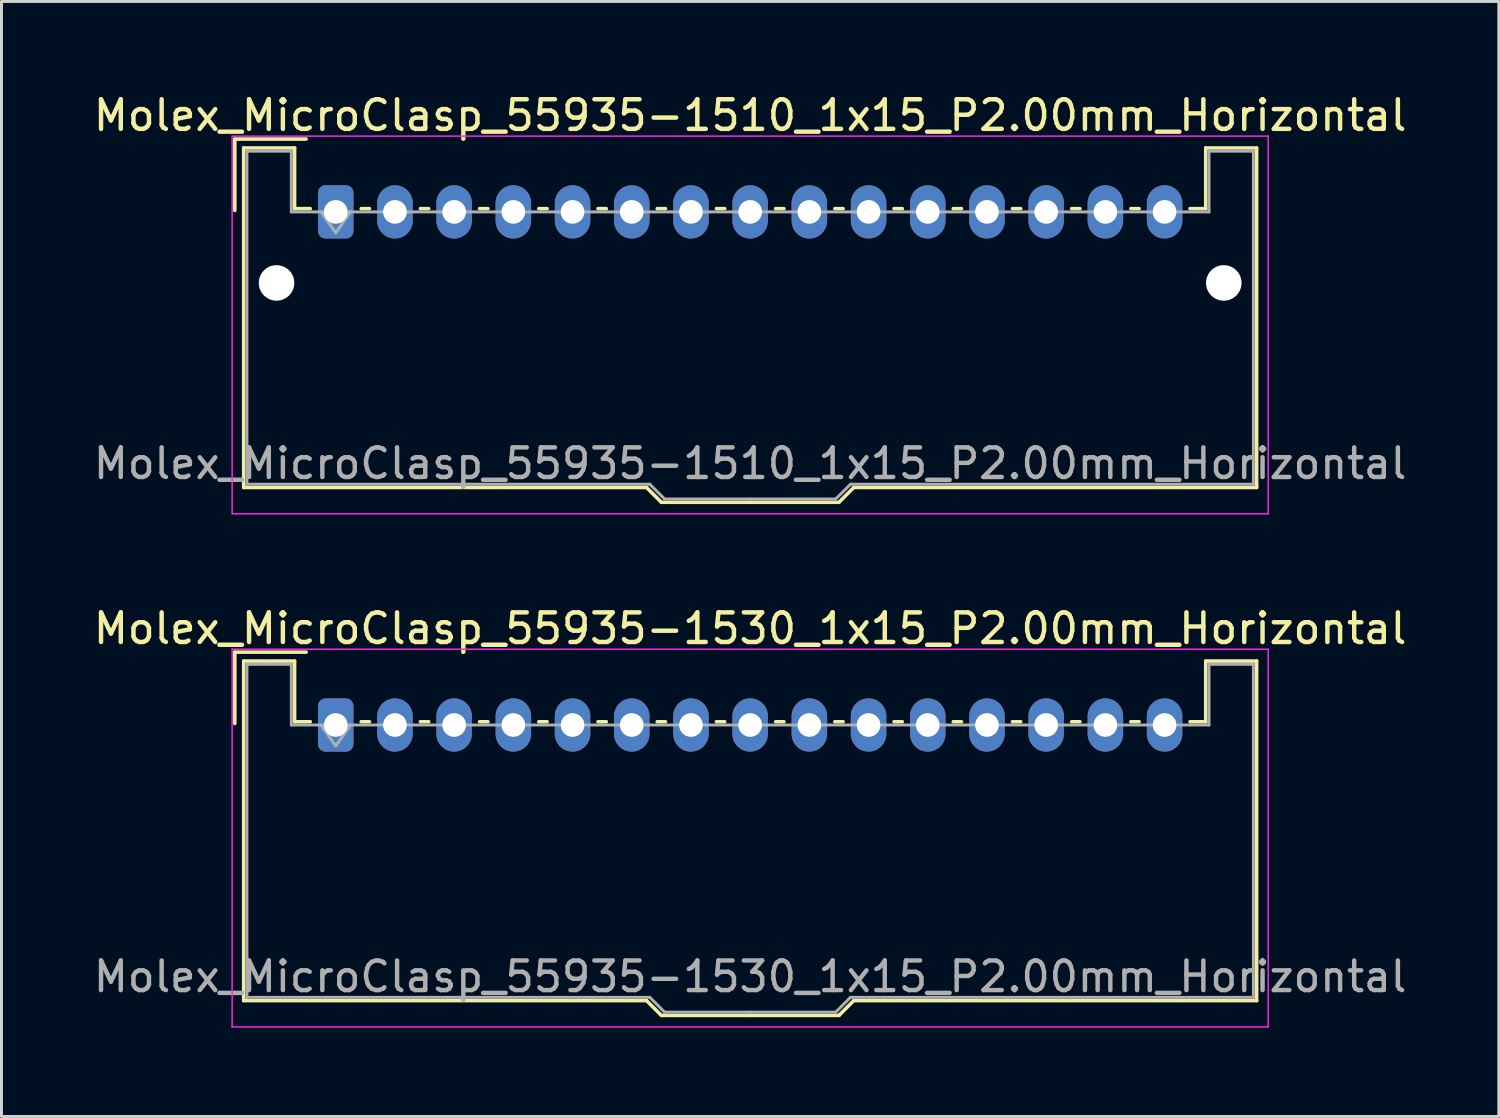
<source format=kicad_pcb>
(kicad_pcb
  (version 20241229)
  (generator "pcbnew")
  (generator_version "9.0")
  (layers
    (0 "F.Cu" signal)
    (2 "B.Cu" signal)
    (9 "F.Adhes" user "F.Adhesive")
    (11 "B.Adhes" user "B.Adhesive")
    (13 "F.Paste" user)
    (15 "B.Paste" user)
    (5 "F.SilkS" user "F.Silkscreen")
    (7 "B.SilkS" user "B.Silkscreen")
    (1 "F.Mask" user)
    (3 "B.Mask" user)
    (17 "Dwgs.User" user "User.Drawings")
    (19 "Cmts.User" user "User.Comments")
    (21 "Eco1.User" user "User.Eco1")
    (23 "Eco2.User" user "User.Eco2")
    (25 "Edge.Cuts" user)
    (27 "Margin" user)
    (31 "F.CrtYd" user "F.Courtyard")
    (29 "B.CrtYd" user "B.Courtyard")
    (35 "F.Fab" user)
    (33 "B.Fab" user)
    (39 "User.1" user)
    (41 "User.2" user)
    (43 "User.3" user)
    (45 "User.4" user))
  (footprint "Molex_MicroClasp_55935-1530_1x15_P2.00mm_Horizontal"
    (layer "F.Cu")
    (at 8.292 21.442)
    (property "Reference" "Molex_MicroClasp_55935-1530_1x15_P2.00mm_Horizontal" (at 14 -3.26 0) (layer "F.SilkS") (effects (font (size 1 1) (thickness 0.15))))
    (attr through_hole)
    (fp_line (start -3.41 -2.46) (end -1 -2.46) (stroke (width 0.12) (type solid)) (layer "F.SilkS"))
    (fp_line (start -3.41 -0.05) (end -3.41 -2.46) (stroke (width 0.12) (type solid)) (layer "F.SilkS"))
    (fp_line (start -3.11 -2.16) (end -1.39 -2.16) (stroke (width 0.12) (type solid)) (layer "F.SilkS"))
    (fp_line (start -3.11 9.31) (end -3.11 -2.16) (stroke (width 0.12) (type solid)) (layer "F.SilkS"))
    (fp_line (start -1.39 -2.16) (end -1.39 -0.11) (stroke (width 0.12) (type solid)) (layer "F.SilkS"))
    (fp_line (start -1.39 -0.11) (end -0.86 -0.11) (stroke (width 0.12) (type solid)) (layer "F.SilkS"))
    (fp_line (start 0.86 -0.11) (end 1.14 -0.11) (stroke (width 0.12) (type solid)) (layer "F.SilkS"))
    (fp_line (start 2.86 -0.11) (end 3.14 -0.11) (stroke (width 0.12) (type solid)) (layer "F.SilkS"))
    (fp_line (start 4.86 -0.11) (end 5.14 -0.11) (stroke (width 0.12) (type solid)) (layer "F.SilkS"))
    (fp_line (start 6.86 -0.11) (end 7.14 -0.11) (stroke (width 0.12) (type solid)) (layer "F.SilkS"))
    (fp_line (start 8.86 -0.11) (end 9.14 -0.11) (stroke (width 0.12) (type solid)) (layer "F.SilkS"))
    (fp_line (start 10.5 9.31) (end -3.11 9.31) (stroke (width 0.12) (type solid)) (layer "F.SilkS"))
    (fp_line (start 10.86 -0.11) (end 11.14 -0.11) (stroke (width 0.12) (type solid)) (layer "F.SilkS"))
    (fp_line (start 11 9.81) (end 10.5 9.31) (stroke (width 0.12) (type solid)) (layer "F.SilkS"))
    (fp_line (start 12.86 -0.11) (end 13.14 -0.11) (stroke (width 0.12) (type solid)) (layer "F.SilkS"))
    (fp_line (start 14 9.81) (end 11 9.81) (stroke (width 0.12) (type solid)) (layer "F.SilkS"))
    (fp_line (start 14 9.81) (end 17 9.81) (stroke (width 0.12) (type solid)) (layer "F.SilkS"))
    (fp_line (start 14.86 -0.11) (end 15.14 -0.11) (stroke (width 0.12) (type solid)) (layer "F.SilkS"))
    (fp_line (start 16.86 -0.11) (end 17.14 -0.11) (stroke (width 0.12) (type solid)) (layer "F.SilkS"))
    (fp_line (start 17 9.81) (end 17.5 9.31) (stroke (width 0.12) (type solid)) (layer "F.SilkS"))
    (fp_line (start 17.5 9.31) (end 31.11 9.31) (stroke (width 0.12) (type solid)) (layer "F.SilkS"))
    (fp_line (start 18.86 -0.11) (end 19.14 -0.11) (stroke (width 0.12) (type solid)) (layer "F.SilkS"))
    (fp_line (start 20.86 -0.11) (end 21.14 -0.11) (stroke (width 0.12) (type solid)) (layer "F.SilkS"))
    (fp_line (start 22.86 -0.11) (end 23.14 -0.11) (stroke (width 0.12) (type solid)) (layer "F.SilkS"))
    (fp_line (start 24.86 -0.11) (end 25.14 -0.11) (stroke (width 0.12) (type solid)) (layer "F.SilkS"))
    (fp_line (start 26.86 -0.11) (end 27.14 -0.11) (stroke (width 0.12) (type solid)) (layer "F.SilkS"))
    (fp_line (start 29.39 -2.16) (end 29.39 -0.11) (stroke (width 0.12) (type solid)) (layer "F.SilkS"))
    (fp_line (start 29.39 -0.11) (end 28.86 -0.11) (stroke (width 0.12) (type solid)) (layer "F.SilkS"))
    (fp_line (start 31.11 -2.16) (end 29.39 -2.16) (stroke (width 0.12) (type solid)) (layer "F.SilkS"))
    (fp_line (start 31.11 9.31) (end 31.11 -2.16) (stroke (width 0.12) (type solid)) (layer "F.SilkS"))
    (fp_line (start -3.5 -2.56) (end -3.5 10.2) (stroke (width 0.05) (type solid)) (layer "F.CrtYd"))
    (fp_line (start -3.5 10.2) (end 31.5 10.2) (stroke (width 0.05) (type solid)) (layer "F.CrtYd"))
    (fp_line (start 31.5 -2.56) (end -3.5 -2.56) (stroke (width 0.05) (type solid)) (layer "F.CrtYd"))
    (fp_line (start 31.5 10.2) (end 31.5 -2.56) (stroke (width 0.05) (type solid)) (layer "F.CrtYd"))
    (fp_line (start -3 -2.05) (end -1.5 -2.05) (stroke (width 0.1) (type solid)) (layer "F.Fab"))
    (fp_line (start -3 9.2) (end -3 -2.05) (stroke (width 0.1) (type solid)) (layer "F.Fab"))
    (fp_line (start -1.5 -2.05) (end -1.5 0) (stroke (width 0.1) (type solid)) (layer "F.Fab"))
    (fp_line (start -1.5 0) (end 14 0) (stroke (width 0.1) (type solid)) (layer "F.Fab"))
    (fp_line (start -0.5 0) (end 0 0.707) (stroke (width 0.1) (type solid)) (layer "F.Fab"))
    (fp_line (start 0 0.707) (end 0.5 0) (stroke (width 0.1) (type solid)) (layer "F.Fab"))
    (fp_line (start 10.61 9.2) (end -3 9.2) (stroke (width 0.1) (type solid)) (layer "F.Fab"))
    (fp_line (start 11.11 9.7) (end 10.61 9.2) (stroke (width 0.1) (type solid)) (layer "F.Fab"))
    (fp_line (start 14 9.7) (end 11.11 9.7) (stroke (width 0.1) (type solid)) (layer "F.Fab"))
    (fp_line (start 14 9.7) (end 16.89 9.7) (stroke (width 0.1) (type solid)) (layer "F.Fab"))
    (fp_line (start 16.89 9.7) (end 17.39 9.2) (stroke (width 0.1) (type solid)) (layer "F.Fab"))
    (fp_line (start 17.39 9.2) (end 31 9.2) (stroke (width 0.1) (type solid)) (layer "F.Fab"))
    (fp_line (start 29.5 -2.05) (end 29.5 0) (stroke (width 0.1) (type solid)) (layer "F.Fab"))
    (fp_line (start 29.5 0) (end 14 0) (stroke (width 0.1) (type solid)) (layer "F.Fab"))
    (fp_line (start 31 -2.05) (end 29.5 -2.05) (stroke (width 0.1) (type solid)) (layer "F.Fab"))
    (fp_line (start 31 9.2) (end 31 -2.05) (stroke (width 0.1) (type solid)) (layer "F.Fab"))
    (fp_text user "${REFERENCE}" (at 14 8.5 0) (layer "F.Fab") (effects (font (size 1 1) (thickness 0.15))))
    (pad "1" thru_hole roundrect (at 0 0) (size 1.2 1.8) (drill 0.8) (layers "*.Cu" "*.Mask") (roundrect_rratio 0.208))
    (pad "2" thru_hole oval (at 2 0) (size 1.2 1.8) (drill 0.8) (layers "*.Cu" "*.Mask"))
    (pad "3" thru_hole oval (at 4 0) (size 1.2 1.8) (drill 0.8) (layers "*.Cu" "*.Mask"))
    (pad "4" thru_hole oval (at 6 0) (size 1.2 1.8) (drill 0.8) (layers "*.Cu" "*.Mask"))
    (pad "5" thru_hole oval (at 8 0) (size 1.2 1.8) (drill 0.8) (layers "*.Cu" "*.Mask"))
    (pad "6" thru_hole oval (at 10 0) (size 1.2 1.8) (drill 0.8) (layers "*.Cu" "*.Mask"))
    (pad "7" thru_hole oval (at 12 0) (size 1.2 1.8) (drill 0.8) (layers "*.Cu" "*.Mask"))
    (pad "8" thru_hole oval (at 14 0) (size 1.2 1.8) (drill 0.8) (layers "*.Cu" "*.Mask"))
    (pad "9" thru_hole oval (at 16 0) (size 1.2 1.8) (drill 0.8) (layers "*.Cu" "*.Mask"))
    (pad "10" thru_hole oval (at 18 0) (size 1.2 1.8) (drill 0.8) (layers "*.Cu" "*.Mask"))
    (pad "11" thru_hole oval (at 20 0) (size 1.2 1.8) (drill 0.8) (layers "*.Cu" "*.Mask"))
    (pad "12" thru_hole oval (at 22 0) (size 1.2 1.8) (drill 0.8) (layers "*.Cu" "*.Mask"))
    (pad "13" thru_hole oval (at 24 0) (size 1.2 1.8) (drill 0.8) (layers "*.Cu" "*.Mask"))
    (pad "14" thru_hole oval (at 26 0) (size 1.2 1.8) (drill 0.8) (layers "*.Cu" "*.Mask"))
    (pad "15" thru_hole oval (at 28 0) (size 1.2 1.8) (drill 0.8) (layers "*.Cu" "*.Mask")))
  (footprint "Molex_MicroClasp_55935-1510_1x15_P2.00mm_Horizontal"
    (layer "F.Cu")
    (at 8.292 4.108)
    (property "Reference" "Molex_MicroClasp_55935-1510_1x15_P2.00mm_Horizontal" (at 14 -3.26 0) (layer "F.SilkS") (effects (font (size 1 1) (thickness 0.15))))
    (attr through_hole)
    (fp_line (start -3.41 -2.46) (end -1 -2.46) (stroke (width 0.12) (type solid)) (layer "F.SilkS"))
    (fp_line (start -3.41 -0.05) (end -3.41 -2.46) (stroke (width 0.12) (type solid)) (layer "F.SilkS"))
    (fp_line (start -3.11 -2.16) (end -1.39 -2.16) (stroke (width 0.12) (type solid)) (layer "F.SilkS"))
    (fp_line (start -3.11 9.31) (end -3.11 -2.16) (stroke (width 0.12) (type solid)) (layer "F.SilkS"))
    (fp_line (start -1.39 -2.16) (end -1.39 -0.11) (stroke (width 0.12) (type solid)) (layer "F.SilkS"))
    (fp_line (start -1.39 -0.11) (end -0.86 -0.11) (stroke (width 0.12) (type solid)) (layer "F.SilkS"))
    (fp_line (start 0.86 -0.11) (end 1.14 -0.11) (stroke (width 0.12) (type solid)) (layer "F.SilkS"))
    (fp_line (start 2.86 -0.11) (end 3.14 -0.11) (stroke (width 0.12) (type solid)) (layer "F.SilkS"))
    (fp_line (start 4.86 -0.11) (end 5.14 -0.11) (stroke (width 0.12) (type solid)) (layer "F.SilkS"))
    (fp_line (start 6.86 -0.11) (end 7.14 -0.11) (stroke (width 0.12) (type solid)) (layer "F.SilkS"))
    (fp_line (start 8.86 -0.11) (end 9.14 -0.11) (stroke (width 0.12) (type solid)) (layer "F.SilkS"))
    (fp_line (start 10.5 9.31) (end -3.11 9.31) (stroke (width 0.12) (type solid)) (layer "F.SilkS"))
    (fp_line (start 10.86 -0.11) (end 11.14 -0.11) (stroke (width 0.12) (type solid)) (layer "F.SilkS"))
    (fp_line (start 11 9.81) (end 10.5 9.31) (stroke (width 0.12) (type solid)) (layer "F.SilkS"))
    (fp_line (start 12.86 -0.11) (end 13.14 -0.11) (stroke (width 0.12) (type solid)) (layer "F.SilkS"))
    (fp_line (start 14 9.81) (end 11 9.81) (stroke (width 0.12) (type solid)) (layer "F.SilkS"))
    (fp_line (start 14 9.81) (end 17 9.81) (stroke (width 0.12) (type solid)) (layer "F.SilkS"))
    (fp_line (start 14.86 -0.11) (end 15.14 -0.11) (stroke (width 0.12) (type solid)) (layer "F.SilkS"))
    (fp_line (start 16.86 -0.11) (end 17.14 -0.11) (stroke (width 0.12) (type solid)) (layer "F.SilkS"))
    (fp_line (start 17 9.81) (end 17.5 9.31) (stroke (width 0.12) (type solid)) (layer "F.SilkS"))
    (fp_line (start 17.5 9.31) (end 31.11 9.31) (stroke (width 0.12) (type solid)) (layer "F.SilkS"))
    (fp_line (start 18.86 -0.11) (end 19.14 -0.11) (stroke (width 0.12) (type solid)) (layer "F.SilkS"))
    (fp_line (start 20.86 -0.11) (end 21.14 -0.11) (stroke (width 0.12) (type solid)) (layer "F.SilkS"))
    (fp_line (start 22.86 -0.11) (end 23.14 -0.11) (stroke (width 0.12) (type solid)) (layer "F.SilkS"))
    (fp_line (start 24.86 -0.11) (end 25.14 -0.11) (stroke (width 0.12) (type solid)) (layer "F.SilkS"))
    (fp_line (start 26.86 -0.11) (end 27.14 -0.11) (stroke (width 0.12) (type solid)) (layer "F.SilkS"))
    (fp_line (start 29.39 -2.16) (end 29.39 -0.11) (stroke (width 0.12) (type solid)) (layer "F.SilkS"))
    (fp_line (start 29.39 -0.11) (end 28.86 -0.11) (stroke (width 0.12) (type solid)) (layer "F.SilkS"))
    (fp_line (start 31.11 -2.16) (end 29.39 -2.16) (stroke (width 0.12) (type solid)) (layer "F.SilkS"))
    (fp_line (start 31.11 9.31) (end 31.11 -2.16) (stroke (width 0.12) (type solid)) (layer "F.SilkS"))
    (fp_line (start -3.5 -2.56) (end -3.5 10.2) (stroke (width 0.05) (type solid)) (layer "F.CrtYd"))
    (fp_line (start -3.5 10.2) (end 31.5 10.2) (stroke (width 0.05) (type solid)) (layer "F.CrtYd"))
    (fp_line (start 31.5 -2.56) (end -3.5 -2.56) (stroke (width 0.05) (type solid)) (layer "F.CrtYd"))
    (fp_line (start 31.5 10.2) (end 31.5 -2.56) (stroke (width 0.05) (type solid)) (layer "F.CrtYd"))
    (fp_line (start -3 -2.05) (end -1.5 -2.05) (stroke (width 0.1) (type solid)) (layer "F.Fab"))
    (fp_line (start -3 9.2) (end -3 -2.05) (stroke (width 0.1) (type solid)) (layer "F.Fab"))
    (fp_line (start -1.5 -2.05) (end -1.5 0) (stroke (width 0.1) (type solid)) (layer "F.Fab"))
    (fp_line (start -1.5 0) (end 14 0) (stroke (width 0.1) (type solid)) (layer "F.Fab"))
    (fp_line (start -0.5 0) (end 0 0.707) (stroke (width 0.1) (type solid)) (layer "F.Fab"))
    (fp_line (start 0 0.707) (end 0.5 0) (stroke (width 0.1) (type solid)) (layer "F.Fab"))
    (fp_line (start 10.61 9.2) (end -3 9.2) (stroke (width 0.1) (type solid)) (layer "F.Fab"))
    (fp_line (start 11.11 9.7) (end 10.61 9.2) (stroke (width 0.1) (type solid)) (layer "F.Fab"))
    (fp_line (start 14 9.7) (end 11.11 9.7) (stroke (width 0.1) (type solid)) (layer "F.Fab"))
    (fp_line (start 14 9.7) (end 16.89 9.7) (stroke (width 0.1) (type solid)) (layer "F.Fab"))
    (fp_line (start 16.89 9.7) (end 17.39 9.2) (stroke (width 0.1) (type solid)) (layer "F.Fab"))
    (fp_line (start 17.39 9.2) (end 31 9.2) (stroke (width 0.1) (type solid)) (layer "F.Fab"))
    (fp_line (start 29.5 -2.05) (end 29.5 0) (stroke (width 0.1) (type solid)) (layer "F.Fab"))
    (fp_line (start 29.5 0) (end 14 0) (stroke (width 0.1) (type solid)) (layer "F.Fab"))
    (fp_line (start 31 -2.05) (end 29.5 -2.05) (stroke (width 0.1) (type solid)) (layer "F.Fab"))
    (fp_line (start 31 9.2) (end 31 -2.05) (stroke (width 0.1) (type solid)) (layer "F.Fab"))
    (fp_text user "${REFERENCE}" (at 14 8.5 0) (layer "F.Fab") (effects (font (size 1 1) (thickness 0.15))))
    (pad "" np_thru_hole circle (at -2 2.4) (size 1.2 1.2) (drill 1.2) (layers "*.Cu" "*.Mask"))
    (pad "" np_thru_hole circle (at 30 2.4) (size 1.2 1.2) (drill 1.2) (layers "*.Cu" "*.Mask"))
    (pad "1" thru_hole roundrect (at 0 0) (size 1.2 1.8) (drill 0.8) (layers "*.Cu" "*.Mask") (roundrect_rratio 0.208))
    (pad "2" thru_hole oval (at 2 0) (size 1.2 1.8) (drill 0.8) (layers "*.Cu" "*.Mask"))
    (pad "3" thru_hole oval (at 4 0) (size 1.2 1.8) (drill 0.8) (layers "*.Cu" "*.Mask"))
    (pad "4" thru_hole oval (at 6 0) (size 1.2 1.8) (drill 0.8) (layers "*.Cu" "*.Mask"))
    (pad "5" thru_hole oval (at 8 0) (size 1.2 1.8) (drill 0.8) (layers "*.Cu" "*.Mask"))
    (pad "6" thru_hole oval (at 10 0) (size 1.2 1.8) (drill 0.8) (layers "*.Cu" "*.Mask"))
    (pad "7" thru_hole oval (at 12 0) (size 1.2 1.8) (drill 0.8) (layers "*.Cu" "*.Mask"))
    (pad "8" thru_hole oval (at 14 0) (size 1.2 1.8) (drill 0.8) (layers "*.Cu" "*.Mask"))
    (pad "9" thru_hole oval (at 16 0) (size 1.2 1.8) (drill 0.8) (layers "*.Cu" "*.Mask"))
    (pad "10" thru_hole oval (at 18 0) (size 1.2 1.8) (drill 0.8) (layers "*.Cu" "*.Mask"))
    (pad "11" thru_hole oval (at 20 0) (size 1.2 1.8) (drill 0.8) (layers "*.Cu" "*.Mask"))
    (pad "12" thru_hole oval (at 22 0) (size 1.2 1.8) (drill 0.8) (layers "*.Cu" "*.Mask"))
    (pad "13" thru_hole oval (at 24 0) (size 1.2 1.8) (drill 0.8) (layers "*.Cu" "*.Mask"))
    (pad "14" thru_hole oval (at 26 0) (size 1.2 1.8) (drill 0.8) (layers "*.Cu" "*.Mask"))
    (pad "15" thru_hole oval (at 28 0) (size 1.2 1.8) (drill 0.8) (layers "*.Cu" "*.Mask")))
  (gr_rect
    (start -3 -3)
    (end 47.583 34.666)
    (stroke (width 0.1) (type default))
    (fill no)
    (layer "Edge.Cuts")))
</source>
